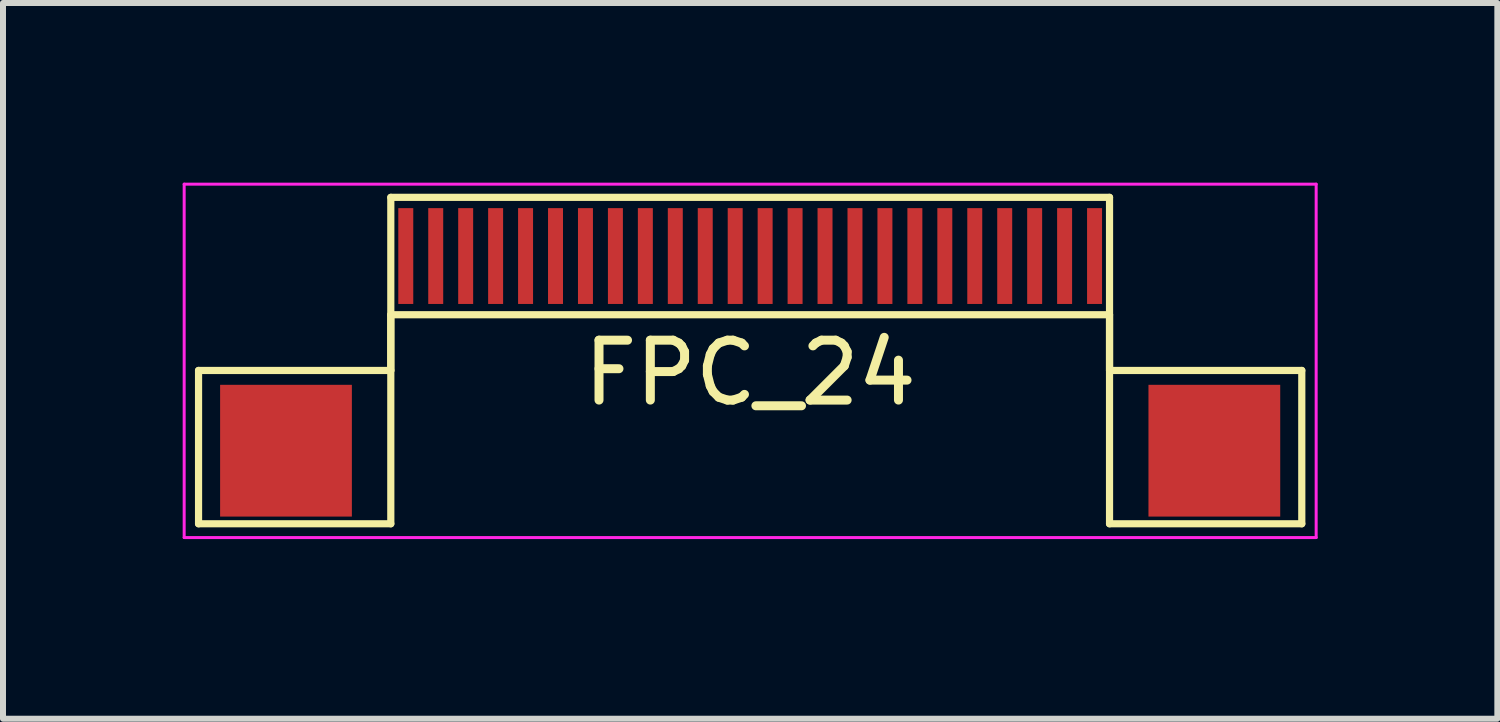
<source format=kicad_pcb>
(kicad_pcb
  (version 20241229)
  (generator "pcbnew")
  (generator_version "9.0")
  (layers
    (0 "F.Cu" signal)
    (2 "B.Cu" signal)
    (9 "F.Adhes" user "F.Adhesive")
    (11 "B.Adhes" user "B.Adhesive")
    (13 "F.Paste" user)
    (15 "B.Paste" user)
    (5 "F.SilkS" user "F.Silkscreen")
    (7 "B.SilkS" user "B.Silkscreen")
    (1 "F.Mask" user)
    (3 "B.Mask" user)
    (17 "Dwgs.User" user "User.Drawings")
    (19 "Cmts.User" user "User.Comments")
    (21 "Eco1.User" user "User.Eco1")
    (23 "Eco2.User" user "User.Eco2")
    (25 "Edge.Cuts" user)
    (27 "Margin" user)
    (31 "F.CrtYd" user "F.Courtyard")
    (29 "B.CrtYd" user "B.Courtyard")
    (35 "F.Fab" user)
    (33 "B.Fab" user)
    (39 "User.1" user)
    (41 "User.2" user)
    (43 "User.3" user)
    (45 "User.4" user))
  (footprint "FPC_24"
    (layer "F.Cu")
    (at 9.475 1.225)
    (property "Reference" "FPC_24" (at 0 1.95 0) (layer "F.SilkS") (effects (font (size 1 1) (thickness 0.15))))
    (attr smd)
    (fp_line (start -9.21 1.91) (end -6 1.91) (stroke (width 0.12) (type solid)) (layer "F.SilkS"))
    (fp_line (start -9.21 4.47) (end -9.21 1.91) (stroke (width 0.12) (type solid)) (layer "F.SilkS"))
    (fp_line (start -6 -0.98) (end 6 -0.98) (stroke (width 0.12) (type solid)) (layer "F.SilkS"))
    (fp_line (start -6 0.98) (end -6 4.47) (stroke (width 0.12) (type solid)) (layer "F.SilkS"))
    (fp_line (start -6 0.98) (end 6 0.98) (stroke (width 0.12) (type solid)) (layer "F.SilkS"))
    (fp_line (start -6 1.91) (end -6 -0.98) (stroke (width 0.12) (type solid)) (layer "F.SilkS"))
    (fp_line (start -6 4.47) (end -9.21 4.47) (stroke (width 0.12) (type solid)) (layer "F.SilkS"))
    (fp_line (start 6 0.98) (end 6 4.47) (stroke (width 0.12) (type solid)) (layer "F.SilkS"))
    (fp_line (start 6 1.91) (end 6 -0.98) (stroke (width 0.12) (type solid)) (layer "F.SilkS"))
    (fp_line (start 6 4.47) (end 9.21 4.47) (stroke (width 0.12) (type solid)) (layer "F.SilkS"))
    (fp_line (start 9.21 1.91) (end 6 1.91) (stroke (width 0.12) (type solid)) (layer "F.SilkS"))
    (fp_line (start 9.21 4.47) (end 9.21 1.91) (stroke (width 0.12) (type solid)) (layer "F.SilkS"))
    (fp_line (start -9.45 -1.2) (end -9.45 4.7) (stroke (width 0.05) (type solid)) (layer "F.CrtYd"))
    (fp_line (start -9.45 -1.2) (end 9.45 -1.2) (stroke (width 0.05) (type solid)) (layer "F.CrtYd"))
    (fp_line (start -9.45 4.7) (end 9.45 4.7) (stroke (width 0.05) (type solid)) (layer "F.CrtYd"))
    (fp_line (start 9.45 -1.2) (end 9.45 4.7) (stroke (width 0.05) (type solid)) (layer "F.CrtYd"))
    (pad "0" smd rect (at -7.75 3.25) (size 2.2 2.2) (layers "F.Cu" "F.Mask" "F.Paste"))
    (pad "0" smd rect (at 7.75 3.25) (size 2.2 2.2) (layers "F.Cu" "F.Mask" "F.Paste"))
    (pad "1" smd rect (at -5.75 0) (size 0.25 1.6) (layers "F.Cu" "F.Mask" "F.Paste"))
    (pad "2" smd rect (at -5.25 0) (size 0.25 1.6) (layers "F.Cu" "F.Mask" "F.Paste"))
    (pad "3" smd rect (at -4.75 0) (size 0.25 1.6) (layers "F.Cu" "F.Mask" "F.Paste"))
    (pad "4" smd rect (at -4.25 0) (size 0.25 1.6) (layers "F.Cu" "F.Mask" "F.Paste"))
    (pad "5" smd rect (at -3.75 0) (size 0.25 1.6) (layers "F.Cu" "F.Mask" "F.Paste"))
    (pad "6" smd rect (at -3.25 0) (size 0.25 1.6) (layers "F.Cu" "F.Mask" "F.Paste"))
    (pad "7" smd rect (at -2.75 0) (size 0.25 1.6) (layers "F.Cu" "F.Mask" "F.Paste"))
    (pad "8" smd rect (at -2.25 0) (size 0.25 1.6) (layers "F.Cu" "F.Mask" "F.Paste"))
    (pad "9" smd rect (at -1.75 0) (size 0.25 1.6) (layers "F.Cu" "F.Mask" "F.Paste"))
    (pad "10" smd rect (at -1.25 0) (size 0.25 1.6) (layers "F.Cu" "F.Mask" "F.Paste"))
    (pad "11" smd rect (at -0.75 0) (size 0.25 1.6) (layers "F.Cu" "F.Mask" "F.Paste"))
    (pad "12" smd rect (at -0.25 0) (size 0.25 1.6) (layers "F.Cu" "F.Mask" "F.Paste"))
    (pad "13" smd rect (at 0.25 0) (size 0.25 1.6) (layers "F.Cu" "F.Mask" "F.Paste"))
    (pad "14" smd rect (at 0.75 0) (size 0.25 1.6) (layers "F.Cu" "F.Mask" "F.Paste"))
    (pad "15" smd rect (at 1.25 0) (size 0.25 1.6) (layers "F.Cu" "F.Mask" "F.Paste"))
    (pad "16" smd rect (at 1.75 0) (size 0.25 1.6) (layers "F.Cu" "F.Mask" "F.Paste"))
    (pad "17" smd rect (at 2.25 0) (size 0.25 1.6) (layers "F.Cu" "F.Mask" "F.Paste"))
    (pad "18" smd rect (at 2.75 0) (size 0.25 1.6) (layers "F.Cu" "F.Mask" "F.Paste"))
    (pad "19" smd rect (at 3.25 0) (size 0.25 1.6) (layers "F.Cu" "F.Mask" "F.Paste"))
    (pad "20" smd rect (at 3.75 0) (size 0.25 1.6) (layers "F.Cu" "F.Mask" "F.Paste"))
    (pad "21" smd rect (at 4.25 0) (size 0.25 1.6) (layers "F.Cu" "F.Mask" "F.Paste"))
    (pad "22" smd rect (at 4.75 0) (size 0.25 1.6) (layers "F.Cu" "F.Mask" "F.Paste"))
    (pad "23" smd rect (at 5.25 0) (size 0.25 1.6) (layers "F.Cu" "F.Mask" "F.Paste"))
    (pad "24" smd rect (at 5.75 0) (size 0.25 1.6) (layers "F.Cu" "F.Mask" "F.Paste")))
  (gr_rect
    (start -3 -3)
    (end 21.95 8.95)
    (stroke (width 0.1) (type default))
    (fill no)
    (layer "Edge.Cuts")))
</source>
